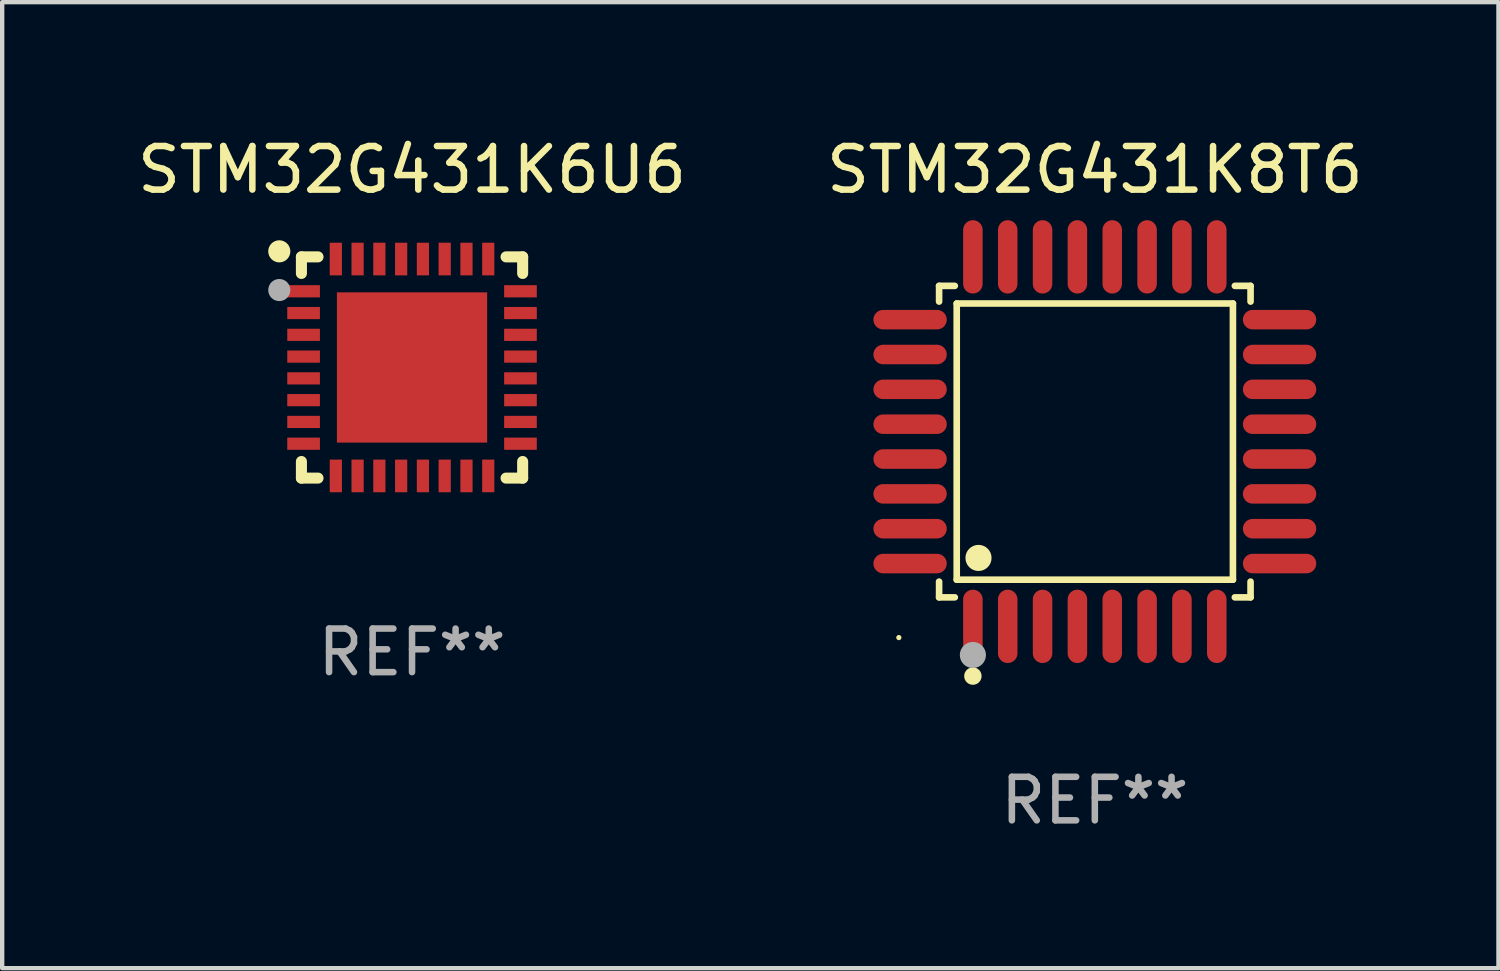
<source format=kicad_pcb>
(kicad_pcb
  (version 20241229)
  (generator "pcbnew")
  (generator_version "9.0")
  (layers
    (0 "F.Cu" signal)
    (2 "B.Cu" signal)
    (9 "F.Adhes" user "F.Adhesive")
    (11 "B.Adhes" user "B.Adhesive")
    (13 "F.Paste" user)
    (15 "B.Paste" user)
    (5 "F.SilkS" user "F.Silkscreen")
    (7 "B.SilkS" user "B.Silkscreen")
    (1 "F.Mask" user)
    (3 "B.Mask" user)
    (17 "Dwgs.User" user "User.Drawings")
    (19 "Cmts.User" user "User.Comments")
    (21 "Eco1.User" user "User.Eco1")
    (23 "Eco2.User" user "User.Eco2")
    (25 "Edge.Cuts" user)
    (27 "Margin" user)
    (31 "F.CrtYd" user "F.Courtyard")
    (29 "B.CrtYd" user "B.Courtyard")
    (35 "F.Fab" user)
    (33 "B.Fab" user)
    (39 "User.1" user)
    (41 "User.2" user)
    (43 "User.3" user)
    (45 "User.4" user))
  (footprint "STM32G431K8T6"
    (layer "F.Cu")
    (at 22.089 7.09)
    (property "Reference" "STM32G431K8T6" (at 0 -6.242 0) (layer "F.SilkS") (effects (font (size 1 1) (thickness 0.15))))
    (attr through_hole)
    (fp_line (start -3.576 -3.576) (end -3.215 -3.576) (stroke (width 0.152) (type solid)) (layer "F.SilkS"))
    (fp_line (start -3.576 -3.215) (end -3.576 -3.576) (stroke (width 0.152) (type solid)) (layer "F.SilkS"))
    (fp_line (start -3.576 3.215) (end -3.576 3.576) (stroke (width 0.152) (type solid)) (layer "F.SilkS"))
    (fp_line (start -3.576 3.576) (end -3.215 3.576) (stroke (width 0.152) (type solid)) (layer "F.SilkS"))
    (fp_line (start -3.171 -3.171) (end 3.171 -3.171) (stroke (width 0.152) (type solid)) (layer "F.SilkS"))
    (fp_line (start -3.171 3.171) (end -3.171 -3.171) (stroke (width 0.152) (type solid)) (layer "F.SilkS"))
    (fp_line (start 3.171 -3.171) (end 3.171 3.171) (stroke (width 0.152) (type solid)) (layer "F.SilkS"))
    (fp_line (start 3.171 3.171) (end -3.171 3.171) (stroke (width 0.152) (type solid)) (layer "F.SilkS"))
    (fp_line (start 3.576 -3.576) (end 3.215 -3.576) (stroke (width 0.152) (type solid)) (layer "F.SilkS"))
    (fp_line (start 3.576 -3.215) (end 3.576 -3.576) (stroke (width 0.152) (type solid)) (layer "F.SilkS"))
    (fp_line (start 3.576 3.215) (end 3.576 3.576) (stroke (width 0.152) (type solid)) (layer "F.SilkS"))
    (fp_line (start 3.576 3.576) (end 3.215 3.576) (stroke (width 0.152) (type solid)) (layer "F.SilkS"))
    (fp_circle (center -4.5 4.5) (end -4.47 4.5) (stroke (width 0.06) (type solid)) (fill no) (layer "F.SilkS"))
    (fp_circle (center -2.8 5.384) (end -2.7 5.384) (stroke (width 0.2) (type solid)) (fill no) (layer "F.SilkS"))
    (fp_circle (center -2.671 2.671) (end -2.521 2.671) (stroke (width 0.3) (type solid)) (fill no) (layer "F.SilkS"))
    (fp_circle (center -2.8 4.9) (end -2.65 4.9) (stroke (width 0.3) (type solid)) (fill no) (layer "F.Fab"))
    (fp_text user "REF**" (at 0 8.242 0) (layer "F.Fab") (effects (font (size 1 1) (thickness 0.15))))
    (pad "1" smd oval (at -2.8 4.242) (size 0.448 1.684) (layers "F.Cu" "F.Mask" "F.Paste"))
    (pad "2" smd oval (at -2 4.242) (size 0.448 1.684) (layers "F.Cu" "F.Mask" "F.Paste"))
    (pad "3" smd oval (at -1.2 4.242) (size 0.448 1.684) (layers "F.Cu" "F.Mask" "F.Paste"))
    (pad "4" smd oval (at -0.4 4.242) (size 0.448 1.684) (layers "F.Cu" "F.Mask" "F.Paste"))
    (pad "5" smd oval (at 0.4 4.242) (size 0.448 1.684) (layers "F.Cu" "F.Mask" "F.Paste"))
    (pad "6" smd oval (at 1.2 4.242) (size 0.448 1.684) (layers "F.Cu" "F.Mask" "F.Paste"))
    (pad "7" smd oval (at 2 4.242) (size 0.448 1.684) (layers "F.Cu" "F.Mask" "F.Paste"))
    (pad "8" smd oval (at 2.8 4.242) (size 0.448 1.684) (layers "F.Cu" "F.Mask" "F.Paste"))
    (pad "9" smd oval (at 4.242 2.8) (size 1.684 0.448) (layers "F.Cu" "F.Mask" "F.Paste"))
    (pad "10" smd oval (at 4.242 2) (size 1.684 0.448) (layers "F.Cu" "F.Mask" "F.Paste"))
    (pad "11" smd oval (at 4.242 1.2) (size 1.684 0.448) (layers "F.Cu" "F.Mask" "F.Paste"))
    (pad "12" smd oval (at 4.242 0.4) (size 1.684 0.448) (layers "F.Cu" "F.Mask" "F.Paste"))
    (pad "13" smd oval (at 4.242 -0.4) (size 1.684 0.448) (layers "F.Cu" "F.Mask" "F.Paste"))
    (pad "14" smd oval (at 4.242 -1.2) (size 1.684 0.448) (layers "F.Cu" "F.Mask" "F.Paste"))
    (pad "15" smd oval (at 4.242 -2) (size 1.684 0.448) (layers "F.Cu" "F.Mask" "F.Paste"))
    (pad "16" smd oval (at 4.242 -2.8) (size 1.684 0.448) (layers "F.Cu" "F.Mask" "F.Paste"))
    (pad "17" smd oval (at 2.8 -4.242) (size 0.448 1.684) (layers "F.Cu" "F.Mask" "F.Paste"))
    (pad "18" smd oval (at 2 -4.242) (size 0.448 1.684) (layers "F.Cu" "F.Mask" "F.Paste"))
    (pad "19" smd oval (at 1.2 -4.242) (size 0.448 1.684) (layers "F.Cu" "F.Mask" "F.Paste"))
    (pad "20" smd oval (at 0.4 -4.242) (size 0.448 1.684) (layers "F.Cu" "F.Mask" "F.Paste"))
    (pad "21" smd oval (at -0.4 -4.242) (size 0.448 1.684) (layers "F.Cu" "F.Mask" "F.Paste"))
    (pad "22" smd oval (at -1.2 -4.242) (size 0.448 1.684) (layers "F.Cu" "F.Mask" "F.Paste"))
    (pad "23" smd oval (at -2 -4.242) (size 0.448 1.684) (layers "F.Cu" "F.Mask" "F.Paste"))
    (pad "24" smd oval (at -2.8 -4.242) (size 0.448 1.684) (layers "F.Cu" "F.Mask" "F.Paste"))
    (pad "25" smd oval (at -4.242 -2.8) (size 1.684 0.448) (layers "F.Cu" "F.Mask" "F.Paste"))
    (pad "26" smd oval (at -4.242 -2) (size 1.684 0.448) (layers "F.Cu" "F.Mask" "F.Paste"))
    (pad "27" smd oval (at -4.242 -1.2) (size 1.684 0.448) (layers "F.Cu" "F.Mask" "F.Paste"))
    (pad "28" smd oval (at -4.242 -0.4) (size 1.684 0.448) (layers "F.Cu" "F.Mask" "F.Paste"))
    (pad "29" smd oval (at -4.242 0.4) (size 1.684 0.448) (layers "F.Cu" "F.Mask" "F.Paste"))
    (pad "30" smd oval (at -4.242 1.2) (size 1.684 0.448) (layers "F.Cu" "F.Mask" "F.Paste"))
    (pad "31" smd oval (at -4.242 2) (size 1.684 0.448) (layers "F.Cu" "F.Mask" "F.Paste"))
    (pad "32" smd oval (at -4.242 2.8) (size 1.684 0.448) (layers "F.Cu" "F.Mask" "F.Paste")))
  (footprint "STM32G431K6U6"
    (layer "F.Cu")
    (at 6.411 5.388)
    (property "Reference" "STM32G431K6U6" (at 0 -4.54 0) (layer "F.SilkS") (effects (font (size 1 1) (thickness 0.15))))
    (attr through_hole)
    (fp_line (start -2.54 -2.54) (end -2.159 -2.54) (stroke (width 0.254) (type solid)) (layer "F.SilkS"))
    (fp_line (start -2.54 -2.159) (end -2.54 -2.54) (stroke (width 0.254) (type solid)) (layer "F.SilkS"))
    (fp_line (start -2.54 2.54) (end -2.54 2.159) (stroke (width 0.254) (type solid)) (layer "F.SilkS"))
    (fp_line (start -2.159 2.54) (end -2.54 2.54) (stroke (width 0.254) (type solid)) (layer "F.SilkS"))
    (fp_line (start 2.159 -2.54) (end 2.54 -2.54) (stroke (width 0.254) (type solid)) (layer "F.SilkS"))
    (fp_line (start 2.54 -2.54) (end 2.54 -2.159) (stroke (width 0.254) (type solid)) (layer "F.SilkS"))
    (fp_line (start 2.54 2.159) (end 2.54 2.54) (stroke (width 0.254) (type solid)) (layer "F.SilkS"))
    (fp_line (start 2.54 2.54) (end 2.159 2.54) (stroke (width 0.254) (type solid)) (layer "F.SilkS"))
    (fp_circle (center -3.048 -2.667) (end -2.921 -2.667) (stroke (width 0.254) (type solid)) (fill no) (layer "F.SilkS"))
    (fp_circle (center -2.5 -2.5) (end -2.47 -2.5) (stroke (width 0.06) (type solid)) (fill no) (layer "F.SilkS"))
    (fp_circle (center -3.048 -1.778) (end -2.921 -1.778) (stroke (width 0.254) (type solid)) (fill no) (layer "F.Fab"))
    (fp_text user "REF**" (at 0 6.54 0) (layer "F.Fab") (effects (font (size 1 1) (thickness 0.15))))
    (pad "1" smd rect (at -2.49 -1.75) (size 0.75 0.28) (layers "F.Cu" "F.Mask" "F.Paste"))
    (pad "2" smd rect (at -2.49 -1.25) (size 0.75 0.28) (layers "F.Cu" "F.Mask" "F.Paste"))
    (pad "3" smd rect (at -2.49 -0.75) (size 0.75 0.28) (layers "F.Cu" "F.Mask" "F.Paste"))
    (pad "4" smd rect (at -2.49 -0.25) (size 0.75 0.28) (layers "F.Cu" "F.Mask" "F.Paste"))
    (pad "5" smd rect (at -2.49 0.25) (size 0.75 0.28) (layers "F.Cu" "F.Mask" "F.Paste"))
    (pad "6" smd rect (at -2.49 0.75) (size 0.75 0.28) (layers "F.Cu" "F.Mask" "F.Paste"))
    (pad "7" smd rect (at -2.49 1.25) (size 0.75 0.28) (layers "F.Cu" "F.Mask" "F.Paste"))
    (pad "8" smd rect (at -2.49 1.75) (size 0.75 0.28) (layers "F.Cu" "F.Mask" "F.Paste"))
    (pad "9" smd rect (at -1.75 2.49) (size 0.28 0.75) (layers "F.Cu" "F.Mask" "F.Paste"))
    (pad "10" smd rect (at -1.25 2.49) (size 0.28 0.75) (layers "F.Cu" "F.Mask" "F.Paste"))
    (pad "11" smd rect (at -0.75 2.49) (size 0.28 0.75) (layers "F.Cu" "F.Mask" "F.Paste"))
    (pad "12" smd rect (at -0.25 2.49) (size 0.28 0.75) (layers "F.Cu" "F.Mask" "F.Paste"))
    (pad "13" smd rect (at 0.25 2.49) (size 0.28 0.75) (layers "F.Cu" "F.Mask" "F.Paste"))
    (pad "14" smd rect (at 0.75 2.49) (size 0.28 0.75) (layers "F.Cu" "F.Mask" "F.Paste"))
    (pad "15" smd rect (at 1.25 2.49) (size 0.28 0.75) (layers "F.Cu" "F.Mask" "F.Paste"))
    (pad "16" smd rect (at 1.75 2.49) (size 0.28 0.75) (layers "F.Cu" "F.Mask" "F.Paste"))
    (pad "17" smd rect (at 2.49 1.75) (size 0.75 0.28) (layers "F.Cu" "F.Mask" "F.Paste"))
    (pad "18" smd rect (at 2.49 1.25) (size 0.75 0.28) (layers "F.Cu" "F.Mask" "F.Paste"))
    (pad "19" smd rect (at 2.49 0.75) (size 0.75 0.28) (layers "F.Cu" "F.Mask" "F.Paste"))
    (pad "20" smd rect (at 2.49 0.25) (size 0.75 0.28) (layers "F.Cu" "F.Mask" "F.Paste"))
    (pad "21" smd rect (at 2.49 -0.25) (size 0.75 0.28) (layers "F.Cu" "F.Mask" "F.Paste"))
    (pad "22" smd rect (at 2.49 -0.75) (size 0.75 0.28) (layers "F.Cu" "F.Mask" "F.Paste"))
    (pad "23" smd rect (at 2.49 -1.25) (size 0.75 0.28) (layers "F.Cu" "F.Mask" "F.Paste"))
    (pad "24" smd rect (at 2.49 -1.75) (size 0.75 0.28) (layers "F.Cu" "F.Mask" "F.Paste"))
    (pad "25" smd rect (at 1.75 -2.49) (size 0.28 0.75) (layers "F.Cu" "F.Mask" "F.Paste"))
    (pad "26" smd rect (at 1.25 -2.49) (size 0.28 0.75) (layers "F.Cu" "F.Mask" "F.Paste"))
    (pad "27" smd rect (at 0.75 -2.49) (size 0.28 0.75) (layers "F.Cu" "F.Mask" "F.Paste"))
    (pad "28" smd rect (at 0.25 -2.49) (size 0.28 0.75) (layers "F.Cu" "F.Mask" "F.Paste"))
    (pad "29" smd rect (at -0.25 -2.49) (size 0.28 0.75) (layers "F.Cu" "F.Mask" "F.Paste"))
    (pad "30" smd rect (at -0.75 -2.49) (size 0.28 0.75) (layers "F.Cu" "F.Mask" "F.Paste"))
    (pad "31" smd rect (at -1.25 -2.49) (size 0.28 0.75) (layers "F.Cu" "F.Mask" "F.Paste"))
    (pad "32" smd rect (at -1.75 -2.49) (size 0.28 0.75) (layers "F.Cu" "F.Mask" "F.Paste"))
    (pad "33" smd rect (at 0 0) (size 3.45 3.45) (layers "F.Cu" "F.Mask" "F.Paste")))
  (gr_rect
    (start -3 -3)
    (end 31.357 19.181)
    (stroke (width 0.1) (type default))
    (fill no)
    (layer "Edge.Cuts")))
</source>
